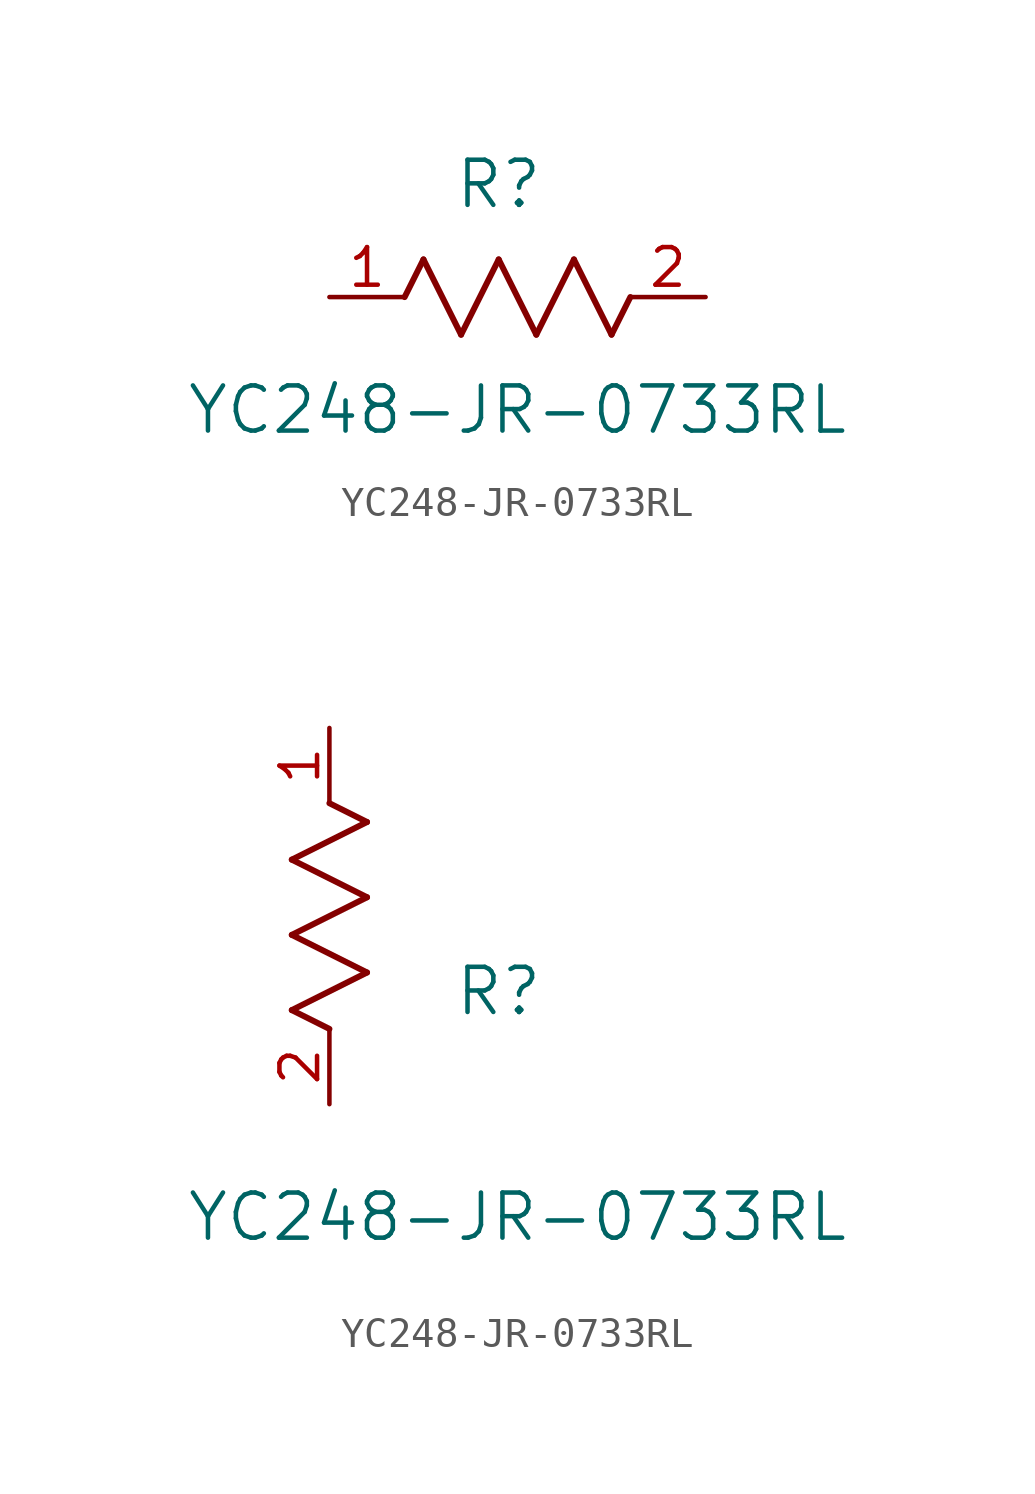
<source format=kicad_sym>
(kicad_symbol_lib
  (version 20211014)
  (generator kicad_symbol_editor)
  (symbol "YC248-JR-0733RL"
    (pin_names
      (offset 0.254))
    (property "Reference" "R"
      (at 5.715 3.81 0)
      (effects (font (size 1.524 1.524))))
    (property "Value" "YC248-JR-0733RL"
      (at 6.35 -3.81 0)
      (effects (font (size 1.524 1.524))))
    (symbol "YC248-JR-0733RL_1_1"
      (polyline (pts (xy 3.175 1.27) (xy 4.445 -1.27)) (stroke (width 0.203) (type default) (color 0 0 0 0)) (fill (type none)))
      (polyline (pts (xy 4.445 -1.27) (xy 5.715 1.27)) (stroke (width 0.203) (type default) (color 0 0 0 0)) (fill (type none)))
      (polyline (pts (xy 5.715 1.27) (xy 6.985 -1.27)) (stroke (width 0.203) (type default) (color 0 0 0 0)) (fill (type none)))
      (polyline (pts (xy 6.985 -1.27) (xy 8.255 1.27)) (stroke (width 0.203) (type default) (color 0 0 0 0)) (fill (type none)))
      (polyline (pts (xy 8.255 1.27) (xy 9.525 -1.27)) (stroke (width 0.203) (type default) (color 0 0 0 0)) (fill (type none)))
      (polyline (pts (xy 2.54 0) (xy 3.175 1.27)) (stroke (width 0.203) (type default) (color 0 0 0 0)) (fill (type none)))
      (polyline (pts (xy 9.525 -1.27) (xy 10.16 0)) (stroke (width 0.203) (type default) (color 0 0 0 0)) (fill (type none)))
      (pin unspecified line (at 0 0 0) (length 2.54) (name "" (effects (font (size 1.27 1.27)))) (number "1" (effects (font (size 1.27 1.27)))))
      (pin unspecified line (at 12.7 0 180) (length 2.54) (name "" (effects (font (size 1.27 1.27)))) (number "2" (effects (font (size 1.27 1.27))))))
    (symbol "YC248-JR-0733RL_1_2"
      (polyline (pts (xy 0 2.54) (xy -1.27 3.175)) (stroke (width 0.203) (type default) (color 0 0 0 0)) (fill (type none)))
      (polyline (pts (xy -1.27 3.175) (xy 1.27 4.445)) (stroke (width 0.203) (type default) (color 0 0 0 0)) (fill (type none)))
      (polyline (pts (xy 1.27 4.445) (xy -1.27 5.715)) (stroke (width 0.203) (type default) (color 0 0 0 0)) (fill (type none)))
      (polyline (pts (xy -1.27 5.715) (xy 1.27 6.985)) (stroke (width 0.203) (type default) (color 0 0 0 0)) (fill (type none)))
      (polyline (pts (xy -1.27 8.255) (xy 1.27 9.525)) (stroke (width 0.203) (type default) (color 0 0 0 0)) (fill (type none)))
      (polyline (pts (xy 1.27 9.525) (xy 0 10.16)) (stroke (width 0.203) (type default) (color 0 0 0 0)) (fill (type none)))
      (polyline (pts (xy 1.27 6.985) (xy -1.27 8.255)) (stroke (width 0.203) (type default) (color 0 0 0 0)) (fill (type none)))
      (pin unspecified line (at 0 12.7 270) (length 2.54) (name "" (effects (font (size 1.27 1.27)))) (number "1" (effects (font (size 1.27 1.27)))))
      (pin unspecified line (at 0 0 90) (length 2.54) (name "" (effects (font (size 1.27 1.27)))) (number "2" (effects (font (size 1.27 1.27))))))))
</source>
